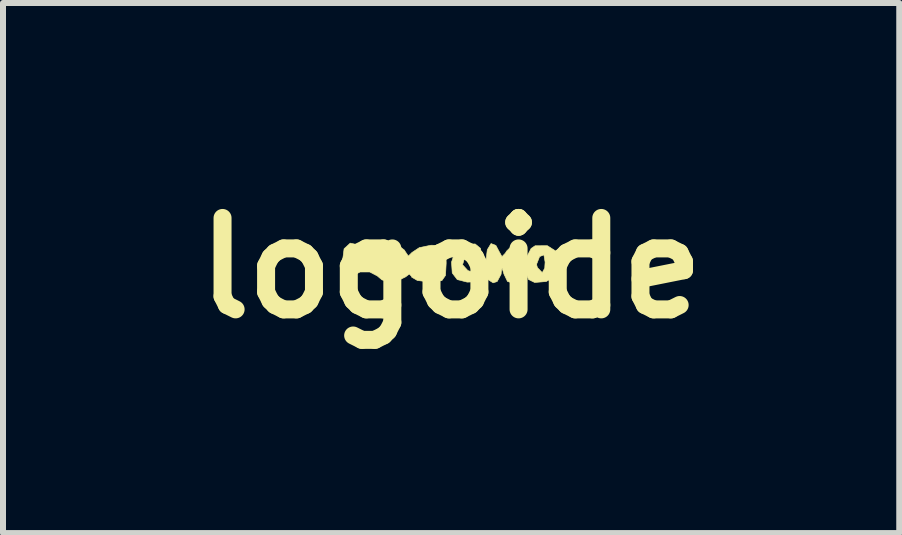
<source format=kicad_pcb>
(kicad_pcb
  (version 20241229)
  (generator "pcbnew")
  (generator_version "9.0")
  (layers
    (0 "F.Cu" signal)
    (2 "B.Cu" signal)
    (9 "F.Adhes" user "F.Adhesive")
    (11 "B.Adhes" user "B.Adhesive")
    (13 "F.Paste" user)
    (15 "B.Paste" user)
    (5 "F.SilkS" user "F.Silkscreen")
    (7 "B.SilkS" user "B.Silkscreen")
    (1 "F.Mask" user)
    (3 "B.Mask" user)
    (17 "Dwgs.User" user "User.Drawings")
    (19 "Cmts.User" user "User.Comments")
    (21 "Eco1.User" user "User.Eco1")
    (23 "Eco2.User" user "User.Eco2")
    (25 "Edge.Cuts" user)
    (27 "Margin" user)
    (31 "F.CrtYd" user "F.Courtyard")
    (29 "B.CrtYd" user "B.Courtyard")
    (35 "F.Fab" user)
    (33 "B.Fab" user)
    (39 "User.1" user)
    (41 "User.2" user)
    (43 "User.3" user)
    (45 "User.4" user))
  (footprint "logoide"
    (layer "F.Cu")
    (at 4.47 1.418)
    (property "Reference" "logoide" (at 0 0 0) (layer "F.SilkS") (effects (font (size 1.524 1.524) (thickness 0.3))))
    (attr through_hole)
    (fp_poly (pts (xy 0.49 -0.328) (xy 0.495 -0.298) (xy 0.429 -0.205) (xy 0.359 -0.195) (xy 0.221 -0.156) (xy 0.191 -0.054) (xy 0.279 0.042) (xy 0.321 0.056) (xy 0.459 0.121) (xy 0.495 0.175) (xy 0.427 0.23) (xy 0.268 0.235) (xy 0.103 0.193) (xy 0.019 0.083) (xy 0.007 -0.098) (xy 0.067 -0.273) (xy 0.099 -0.313) (xy 0.248 -0.397) (xy 0.401 -0.401) (xy 0.49 -0.328)) (stroke (width 0.01) (type solid)) (fill yes) (layer "F.SilkS"))
    (fp_poly (pts (xy 0.747 -0.376) (xy 0.798 -0.28) (xy 0.848 -0.19) (xy 0.905 -0.248) (xy 0.924 -0.281) (xy 1.021 -0.377) (xy 1.102 -0.327) (xy 1.149 -0.151) (xy 1.155 -0.036) (xy 1.118 0.159) (xy 1.034 0.252) (xy 0.94 0.224) (xy 0.882 0.103) (xy 0.85 0.001) (xy 0.837 0.06) (xy 0.834 0.103) (xy 0.768 0.225) (xy 0.701 0.247) (xy 0.615 0.193) (xy 0.58 0.012) (xy 0.577 -0.082) (xy 0.603 -0.304) (xy 0.666 -0.408) (xy 0.747 -0.376)) (stroke (width 0.01) (type solid)) (fill yes) (layer "F.SilkS"))
    (fp_poly (pts (xy 1.764 -0.27) (xy 1.843 -0.11) (xy 1.809 0.065) (xy 1.767 0.118) (xy 1.586 0.225) (xy 1.393 0.241) (xy 1.292 0.192) (xy 1.23 0.036) (xy 1.239 -0.06) (xy 1.424 -0.06) (xy 1.439 -0.007) (xy 1.52 0.077) (xy 1.561 0.002) (xy 1.567 -0.099) (xy 1.547 -0.219) (xy 1.477 -0.191) (xy 1.475 -0.189) (xy 1.424 -0.06) (xy 1.239 -0.06) (xy 1.249 -0.163) (xy 1.334 -0.326) (xy 1.401 -0.371) (xy 1.605 -0.372) (xy 1.764 -0.27)) (stroke (width 0.01) (type solid)) (fill yes) (layer "F.SilkS"))
    (fp_poly (pts (xy -1.49 -0.373) (xy -1.402 -0.33) (xy -1.245 -0.292) (xy -1.196 -0.33) (xy -1.068 -0.406) (xy -0.899 -0.392) (xy -0.776 -0.297) (xy -0.769 -0.282) (xy -0.713 -0.199) (xy -0.652 -0.259) (xy -0.528 -0.341) (xy -0.334 -0.38) (xy -0.17 -0.376) (xy -0.099 -0.308) (xy -0.083 -0.131) (xy -0.082 -0.081) (xy -0.093 0.123) (xy -0.154 0.21) (xy -0.31 0.231) (xy -0.371 0.231) (xy -0.562 0.208) (xy -0.657 0.152) (xy -0.66 0.14) (xy -0.696 0.1) (xy -0.759 0.148) (xy -0.95 0.241) (xy -1.151 0.199) (xy -1.23 0.132) (xy -1.357 0.066) (xy -1.516 0.066) (xy -1.632 0.126) (xy -1.649 0.175) (xy -1.712 0.245) (xy -1.732 0.247) (xy -1.783 0.174) (xy -1.812 -0.009) (xy -1.814 -0.082) (xy -1.814 -0.087) (xy -1.072 -0.087) (xy -1.038 0.049) (xy -0.99 0.082) (xy -0.916 0.016) (xy -0.907 -0.036) (xy -0.957 -0.177) (xy -0.99 -0.206) (xy -1.055 -0.181) (xy -1.072 -0.087) (xy -1.814 -0.087) (xy -1.804 -0.165) (xy -1.649 -0.165) (xy -1.619 -0.097) (xy -1.594 -0.11) (xy -1.585 -0.208) (xy -1.594 -0.22) (xy -1.643 -0.209) (xy -1.649 -0.165) (xy -1.804 -0.165) (xy -1.784 -0.321) (xy -1.681 -0.415) (xy -1.49 -0.373)) (stroke (width 0.01) (type solid)) (fill yes) (layer "F.SilkS")))
  (gr_rect
    (start -3 -3)
    (end 11.941 5.836)
    (stroke (width 0.1) (type default))
    (fill no)
    (layer "Edge.Cuts")))
</source>
